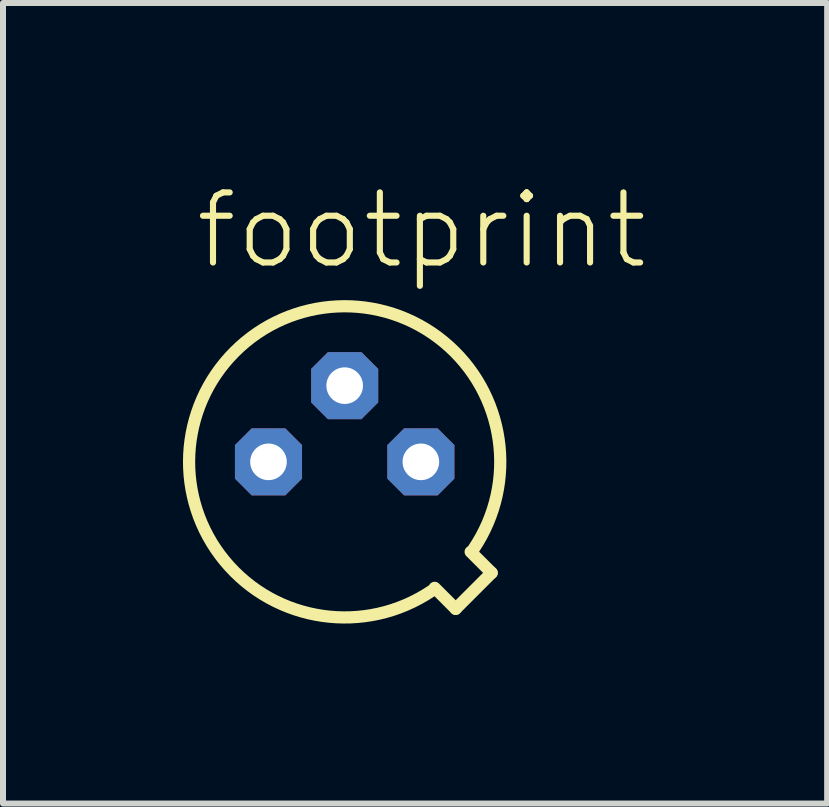
<source format=kicad_pcb>
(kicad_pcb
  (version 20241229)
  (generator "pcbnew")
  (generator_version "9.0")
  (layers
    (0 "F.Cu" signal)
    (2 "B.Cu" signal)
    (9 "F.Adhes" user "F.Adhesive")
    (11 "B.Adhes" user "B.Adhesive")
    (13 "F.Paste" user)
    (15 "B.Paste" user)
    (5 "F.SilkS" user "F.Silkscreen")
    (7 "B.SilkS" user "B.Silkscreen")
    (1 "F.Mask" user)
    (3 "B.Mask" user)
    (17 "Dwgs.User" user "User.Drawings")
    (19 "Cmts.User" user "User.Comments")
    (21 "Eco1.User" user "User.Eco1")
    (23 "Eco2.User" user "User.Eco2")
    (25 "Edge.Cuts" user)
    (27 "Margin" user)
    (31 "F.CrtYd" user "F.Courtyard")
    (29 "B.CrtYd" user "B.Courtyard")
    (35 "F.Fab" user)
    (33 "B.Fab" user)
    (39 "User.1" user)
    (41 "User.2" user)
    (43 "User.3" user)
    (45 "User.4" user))
  (footprint "footprint"
    (layer "F.Cu")
    (at 2.695 4.648)
    (property "Reference" "footprint" (at -2.54 -3.175 0) (layer "F.SilkS") (effects (font (size 1.168 1.168) (thickness 0.102)) (justify left bottom)))
    (fp_line (start 1.85 2.45) (end 1.5 2.1) (stroke (width 0.203) (type solid)) (layer "F.SilkS"))
    (fp_line (start 2.1 1.5) (end 2.45 1.85) (stroke (width 0.203) (type solid)) (layer "F.SilkS"))
    (fp_line (start 2.45 1.85) (end 1.85 2.45) (stroke (width 0.203) (type solid)) (layer "F.SilkS"))
    (fp_arc (start 1.4501 2.1501) (mid -1.83381 -1.83381) (end 2.1501 1.4501) (stroke (width 0.2032) (type solid)) (layer "F.SilkS"))
    (pad "1" thru_hole roundrect (at 1.27 0 270) (size 1.118 1.118) (drill 0.61) (layers "*.Cu" "*.Mask") (roundrect_rratio 0.25) (chamfer_ratio 0.25) (chamfer top_left top_right bottom_left bottom_right))
    (pad "2" thru_hole roundrect (at 0 -1.27 270) (size 1.118 1.118) (drill 0.61) (layers "*.Cu" "*.Mask") (roundrect_rratio 0.25) (chamfer_ratio 0.25) (chamfer top_left top_right bottom_left bottom_right))
    (pad "3" thru_hole roundrect (at -1.27 0 270) (size 1.118 1.118) (drill 0.61) (layers "*.Cu" "*.Mask") (roundrect_rratio 0.25) (chamfer_ratio 0.25) (chamfer top_left top_right bottom_left bottom_right)))
  (gr_rect
    (start -3 -3)
    (end 10.737 10.343)
    (stroke (width 0.1) (type default))
    (fill no)
    (layer "Edge.Cuts")))
</source>
